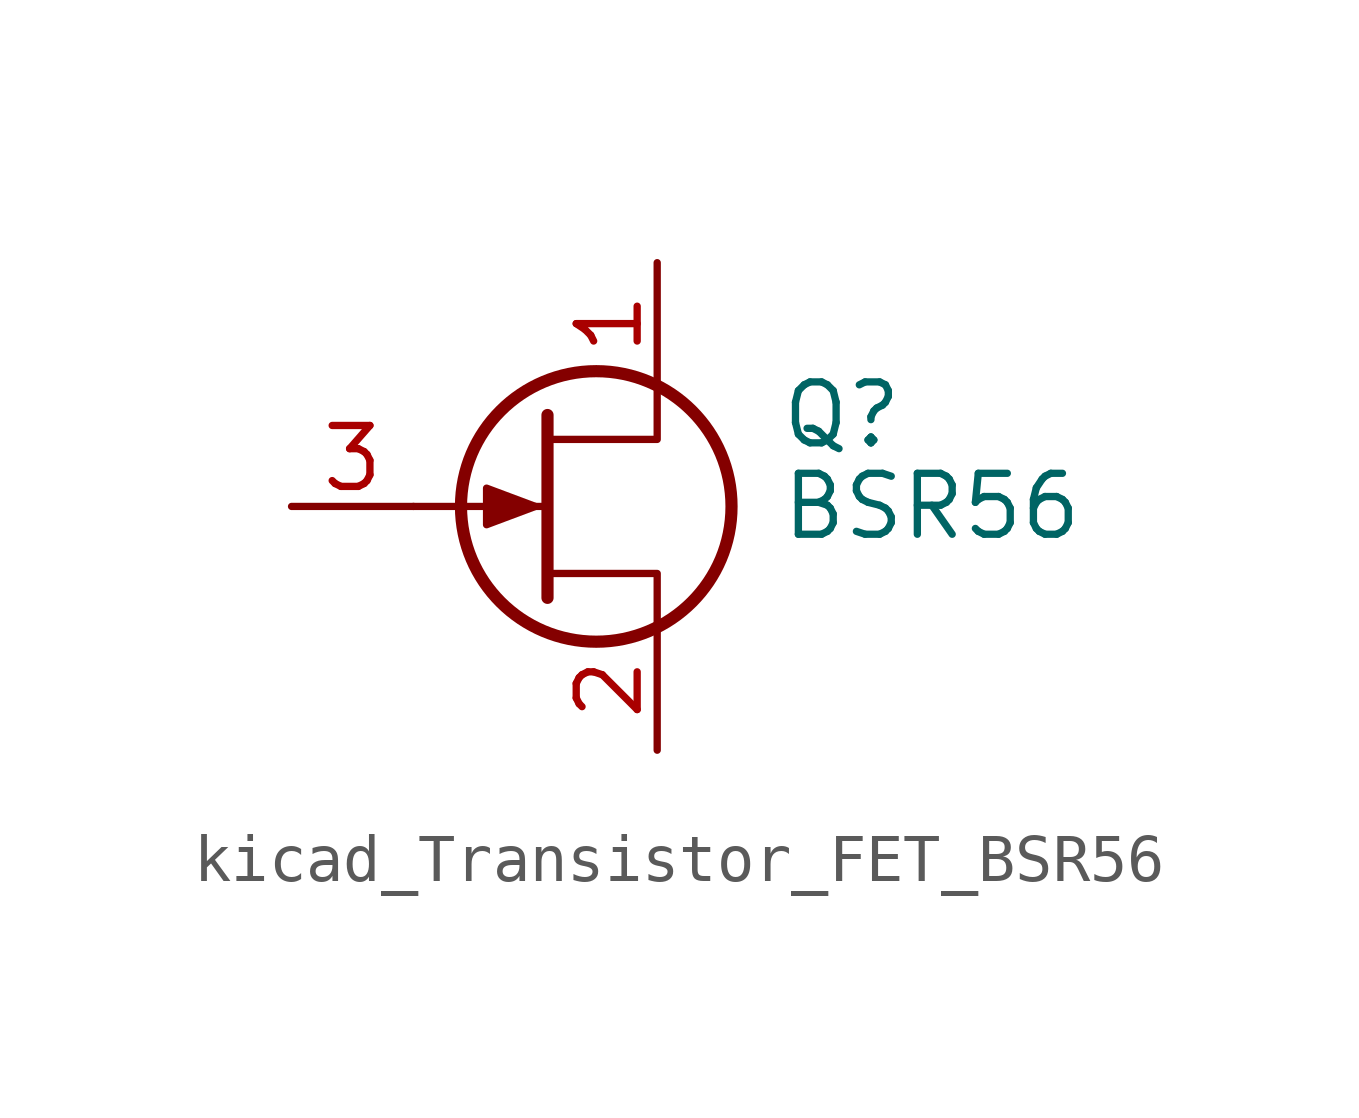
<source format=kicad_sym>
(kicad_symbol_lib
  (version 20220914)
  (generator kicad_symbol_editor)
  (symbol "kicad_Transistor_FET_BSR56"
    (pin_names hide)
    (property "Reference" "Q"
      (at 5.08 1.905 0)
      (effects (font (size 1.27 1.27)) (justify left)))
    (property "Value" "BSR56"
      (at 5.08 0 0)
      (effects (font (size 1.27 1.27)) (justify left)))
    (symbol "kicad_Transistor_FET_BSR56_0_1"
      (polyline (pts (xy 0.254 0) (xy -2.54 0)) (stroke (width 0) (type default)) (fill (type none)))
      (polyline (pts (xy 0.254 1.905) (xy 0.254 -1.905)) (stroke (width 0.254) (type default)) (fill (type none)))
      (polyline (pts (xy 2.54 -2.54) (xy 2.54 -1.397) (xy 0.254 -1.397)) (stroke (width 0) (type default)) (fill (type none)))
      (polyline (pts (xy 2.54 2.54) (xy 2.54 1.397) (xy 0.254 1.397)) (stroke (width 0) (type default)) (fill (type none)))
      (polyline (pts (xy 0 0) (xy -1.016 0.381) (xy -1.016 -0.381) (xy 0 0)) (stroke (width 0) (type default)) (fill (type outline)))
      (circle (center 1.27 0) (radius 2.819) (stroke (width 0.254) (type default)) (fill (type none))))
    (symbol "kicad_Transistor_FET_BSR56_1_1"
      (pin passive line (at 2.54 5.08 270) (length 2.54) (name "D" (effects (font (size 1.27 1.27)))) (number "1" (effects (font (size 1.27 1.27)))))
      (pin passive line (at 2.54 -5.08 90) (length 2.54) (name "S" (effects (font (size 1.27 1.27)))) (number "2" (effects (font (size 1.27 1.27)))))
      (pin input line (at -5.08 0 0) (length 2.54) (name "G" (effects (font (size 1.27 1.27)))) (number "3" (effects (font (size 1.27 1.27))))))))
</source>
